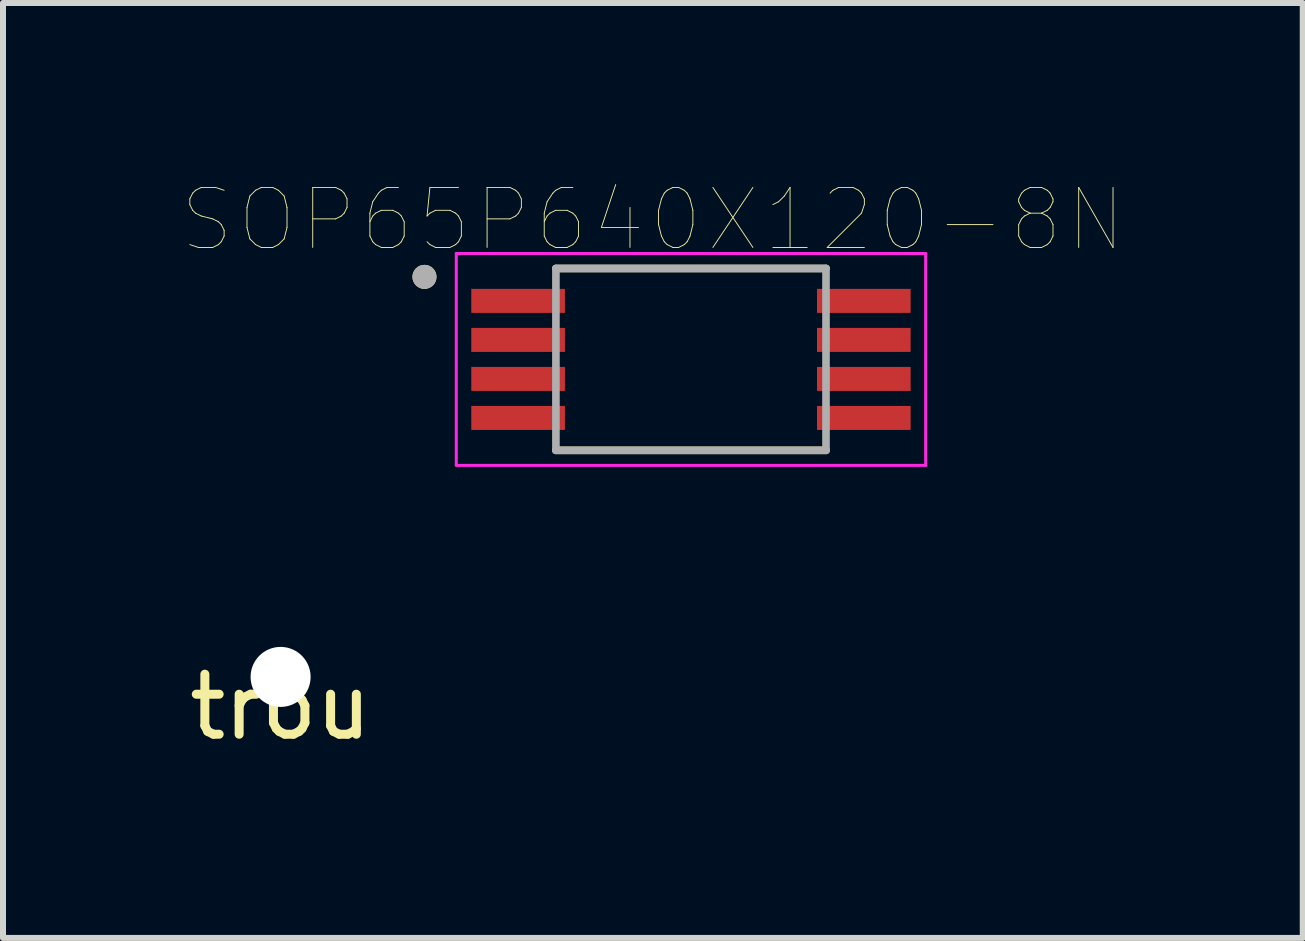
<source format=kicad_pcb>
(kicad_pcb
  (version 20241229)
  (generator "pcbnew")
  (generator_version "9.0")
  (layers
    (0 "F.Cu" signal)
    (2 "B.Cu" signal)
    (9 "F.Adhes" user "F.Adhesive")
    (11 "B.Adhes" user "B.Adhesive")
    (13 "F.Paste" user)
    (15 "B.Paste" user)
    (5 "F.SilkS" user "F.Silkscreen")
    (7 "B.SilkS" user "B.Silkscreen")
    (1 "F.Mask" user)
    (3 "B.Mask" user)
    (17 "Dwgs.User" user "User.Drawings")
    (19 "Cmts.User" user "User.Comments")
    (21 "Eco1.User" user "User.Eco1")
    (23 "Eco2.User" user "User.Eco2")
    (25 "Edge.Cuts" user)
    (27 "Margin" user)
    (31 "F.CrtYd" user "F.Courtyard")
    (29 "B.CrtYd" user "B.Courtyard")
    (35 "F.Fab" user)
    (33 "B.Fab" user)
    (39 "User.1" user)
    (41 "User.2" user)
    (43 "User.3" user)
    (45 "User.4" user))
  (footprint "SOP65P640X120-8N"
    (layer "F.Cu")
    (at 8.462 2.938)
    (property "Reference" "SOP65P640X120-8N" (at -0.635 -2.327 0) (layer "F.SilkS") (effects (font (size 1 1) (thickness 0.015))))
    (attr through_hole)
    (fp_line (start -2.25 -1.515) (end 2.25 -1.515) (stroke (width 0.127) (type solid)) (layer "F.SilkS"))
    (fp_line (start -2.25 1.515) (end 2.25 1.515) (stroke (width 0.127) (type solid)) (layer "F.SilkS"))
    (fp_circle (center -4.44 -1.375) (end -4.34 -1.375) (stroke (width 0.2) (type solid)) (fill no) (layer "F.SilkS"))
    (fp_line (start -3.91 -1.765) (end -3.91 1.765) (stroke (width 0.05) (type solid)) (layer "F.CrtYd"))
    (fp_line (start -3.91 -1.765) (end 3.91 -1.765) (stroke (width 0.05) (type solid)) (layer "F.CrtYd"))
    (fp_line (start -3.91 1.765) (end 3.91 1.765) (stroke (width 0.05) (type solid)) (layer "F.CrtYd"))
    (fp_line (start 3.91 -1.765) (end 3.91 1.765) (stroke (width 0.05) (type solid)) (layer "F.CrtYd"))
    (fp_line (start -2.25 -1.515) (end -2.25 1.515) (stroke (width 0.127) (type solid)) (layer "F.Fab"))
    (fp_line (start -2.25 -1.515) (end 2.25 -1.515) (stroke (width 0.127) (type solid)) (layer "F.Fab"))
    (fp_line (start -2.25 1.515) (end 2.25 1.515) (stroke (width 0.127) (type solid)) (layer "F.Fab"))
    (fp_line (start 2.25 -1.515) (end 2.25 1.515) (stroke (width 0.127) (type solid)) (layer "F.Fab"))
    (fp_circle (center -4.44 -1.375) (end -4.34 -1.375) (stroke (width 0.2) (type solid)) (fill no) (layer "F.Fab"))
    (pad "1" smd rect (at -2.88 -0.975) (size 1.56 0.4) (layers "F.Cu" "F.Mask" "F.Paste"))
    (pad "2" smd rect (at -2.88 -0.325) (size 1.56 0.4) (layers "F.Cu" "F.Mask" "F.Paste"))
    (pad "3" smd rect (at -2.88 0.325) (size 1.56 0.4) (layers "F.Cu" "F.Mask" "F.Paste"))
    (pad "4" smd rect (at -2.88 0.975) (size 1.56 0.4) (layers "F.Cu" "F.Mask" "F.Paste"))
    (pad "5" smd rect (at 2.88 0.975) (size 1.56 0.4) (layers "F.Cu" "F.Mask" "F.Paste"))
    (pad "6" smd rect (at 2.88 0.325) (size 1.56 0.4) (layers "F.Cu" "F.Mask" "F.Paste"))
    (pad "7" smd rect (at 2.88 -0.325) (size 1.56 0.4) (layers "F.Cu" "F.Mask" "F.Paste"))
    (pad "8" smd rect (at 2.88 -0.975) (size 1.56 0.4) (layers "F.Cu" "F.Mask" "F.Paste")))
  (footprint "trou"
    (layer "F.Cu")
    (at 1.625 8.228)
    (property "Reference" "trou" (at 0 0.5 0) (layer "F.SilkS") (effects (font (size 1 1) (thickness 0.15))))
    (attr through_hole)
    (pad "" np_thru_hole circle (at 0 0) (size 1 1) (drill 1) (layers "*.Cu" "*.Mask")))
  (gr_rect
    (start -3 -3)
    (end 18.655 12.577)
    (stroke (width 0.1) (type default))
    (fill no)
    (layer "Edge.Cuts")))
</source>
